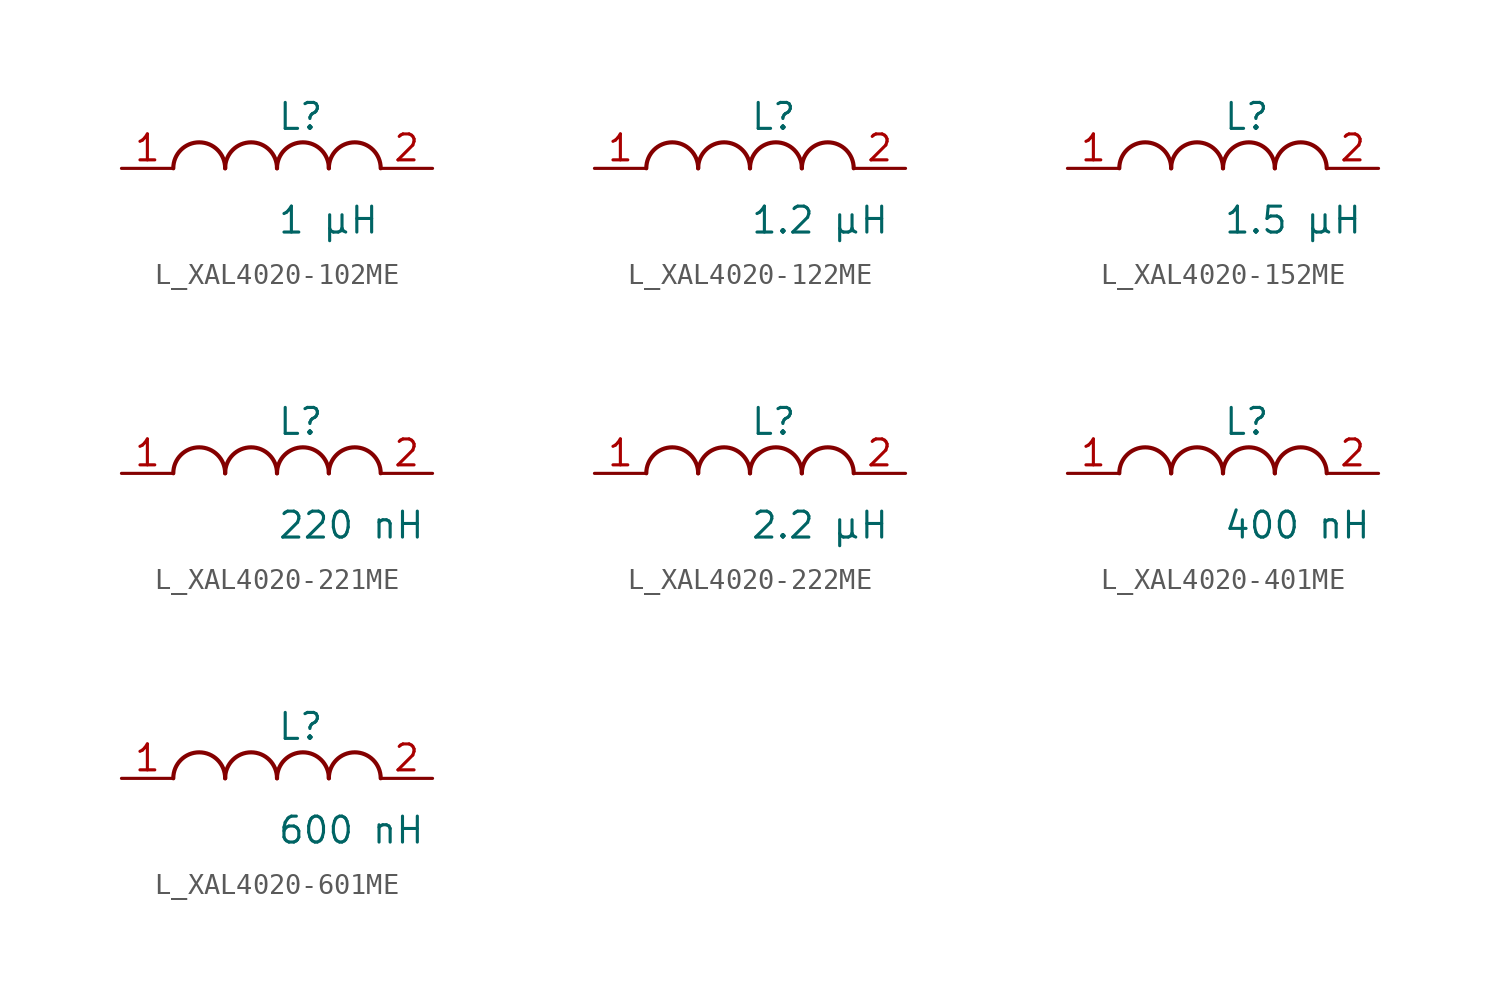
<source format=kicad_sym>
(kicad_symbol_lib
  (version 20231120)
  (generator kicad_symbol_editor)
  (generator_version 8.0)
  (symbol "L_XAL4020-102ME"
    (pin_names
      (offset 0.254))
    (property "Reference" "L"
      (at 0 2.54 0)
      (effects (font (size 1.27 1.27)) (justify left)))
    (property "Value" "1 µH"
      (at 0 -2.54 0)
      (effects (font (size 1.27 1.27)) (justify left)))
    (symbol "L_XAL4020-102ME_1_1"
      (arc (start -2.54 0.0056) (mid -3.81 1.27) (end -5.08 0.0056) (stroke (width 0.2032) (type default)) (fill (type none)))
      (arc (start 0 0.0056) (mid -1.27 1.27) (end -2.54 0.0056) (stroke (width 0.2032) (type default)) (fill (type none)))
      (arc (start 2.54 0.0056) (mid 1.27 1.27) (end 0 0.0056) (stroke (width 0.2032) (type default)) (fill (type none)))
      (arc (start 5.08 0.0056) (mid 3.81 1.27) (end 2.54 0.0056) (stroke (width 0.2032) (type default)) (fill (type none)))
      (pin unspecified line (at -7.62 0 0) (length 2.54) (name "" (effects (font (size 1.27 1.27)))) (number "1" (effects (font (size 1.27 1.27)))))
      (pin unspecified line (at 7.62 0 180) (length 2.54) (name "" (effects (font (size 1.27 1.27)))) (number "2" (effects (font (size 1.27 1.27)))))))
  (symbol "L_XAL4020-122ME"
    (pin_names
      (offset 0.254))
    (property "Reference" "L"
      (at 0 2.54 0)
      (effects (font (size 1.27 1.27)) (justify left)))
    (property "Value" "1.2 µH"
      (at 0 -2.54 0)
      (effects (font (size 1.27 1.27)) (justify left)))
    (symbol "L_XAL4020-122ME_1_1"
      (arc (start -2.54 0.0056) (mid -3.81 1.27) (end -5.08 0.0056) (stroke (width 0.2032) (type default)) (fill (type none)))
      (arc (start 0 0.0056) (mid -1.27 1.27) (end -2.54 0.0056) (stroke (width 0.2032) (type default)) (fill (type none)))
      (arc (start 2.54 0.0056) (mid 1.27 1.27) (end 0 0.0056) (stroke (width 0.2032) (type default)) (fill (type none)))
      (arc (start 5.08 0.0056) (mid 3.81 1.27) (end 2.54 0.0056) (stroke (width 0.2032) (type default)) (fill (type none)))
      (pin unspecified line (at -7.62 0 0) (length 2.54) (name "" (effects (font (size 1.27 1.27)))) (number "1" (effects (font (size 1.27 1.27)))))
      (pin unspecified line (at 7.62 0 180) (length 2.54) (name "" (effects (font (size 1.27 1.27)))) (number "2" (effects (font (size 1.27 1.27)))))))
  (symbol "L_XAL4020-152ME"
    (pin_names
      (offset 0.254))
    (property "Reference" "L"
      (at 0 2.54 0)
      (effects (font (size 1.27 1.27)) (justify left)))
    (property "Value" "1.5 µH"
      (at 0 -2.54 0)
      (effects (font (size 1.27 1.27)) (justify left)))
    (symbol "L_XAL4020-152ME_1_1"
      (arc (start -2.54 0.0056) (mid -3.81 1.27) (end -5.08 0.0056) (stroke (width 0.2032) (type default)) (fill (type none)))
      (arc (start 0 0.0056) (mid -1.27 1.27) (end -2.54 0.0056) (stroke (width 0.2032) (type default)) (fill (type none)))
      (arc (start 2.54 0.0056) (mid 1.27 1.27) (end 0 0.0056) (stroke (width 0.2032) (type default)) (fill (type none)))
      (arc (start 5.08 0.0056) (mid 3.81 1.27) (end 2.54 0.0056) (stroke (width 0.2032) (type default)) (fill (type none)))
      (pin unspecified line (at -7.62 0 0) (length 2.54) (name "" (effects (font (size 1.27 1.27)))) (number "1" (effects (font (size 1.27 1.27)))))
      (pin unspecified line (at 7.62 0 180) (length 2.54) (name "" (effects (font (size 1.27 1.27)))) (number "2" (effects (font (size 1.27 1.27)))))))
  (symbol "L_XAL4020-221ME"
    (pin_names
      (offset 0.254))
    (property "Reference" "L"
      (at 0 2.54 0)
      (effects (font (size 1.27 1.27)) (justify left)))
    (property "Value" "220 nH"
      (at 0 -2.54 0)
      (effects (font (size 1.27 1.27)) (justify left)))
    (symbol "L_XAL4020-221ME_1_1"
      (arc (start -2.54 0.0056) (mid -3.81 1.27) (end -5.08 0.0056) (stroke (width 0.2032) (type default)) (fill (type none)))
      (arc (start 0 0.0056) (mid -1.27 1.27) (end -2.54 0.0056) (stroke (width 0.2032) (type default)) (fill (type none)))
      (arc (start 2.54 0.0056) (mid 1.27 1.27) (end 0 0.0056) (stroke (width 0.2032) (type default)) (fill (type none)))
      (arc (start 5.08 0.0056) (mid 3.81 1.27) (end 2.54 0.0056) (stroke (width 0.2032) (type default)) (fill (type none)))
      (pin unspecified line (at -7.62 0 0) (length 2.54) (name "" (effects (font (size 1.27 1.27)))) (number "1" (effects (font (size 1.27 1.27)))))
      (pin unspecified line (at 7.62 0 180) (length 2.54) (name "" (effects (font (size 1.27 1.27)))) (number "2" (effects (font (size 1.27 1.27)))))))
  (symbol "L_XAL4020-222ME"
    (pin_names
      (offset 0.254))
    (property "Reference" "L"
      (at 0 2.54 0)
      (effects (font (size 1.27 1.27)) (justify left)))
    (property "Value" "2.2 µH"
      (at 0 -2.54 0)
      (effects (font (size 1.27 1.27)) (justify left)))
    (symbol "L_XAL4020-222ME_1_1"
      (arc (start -2.54 0.0056) (mid -3.81 1.27) (end -5.08 0.0056) (stroke (width 0.2032) (type default)) (fill (type none)))
      (arc (start 0 0.0056) (mid -1.27 1.27) (end -2.54 0.0056) (stroke (width 0.2032) (type default)) (fill (type none)))
      (arc (start 2.54 0.0056) (mid 1.27 1.27) (end 0 0.0056) (stroke (width 0.2032) (type default)) (fill (type none)))
      (arc (start 5.08 0.0056) (mid 3.81 1.27) (end 2.54 0.0056) (stroke (width 0.2032) (type default)) (fill (type none)))
      (pin unspecified line (at -7.62 0 0) (length 2.54) (name "" (effects (font (size 1.27 1.27)))) (number "1" (effects (font (size 1.27 1.27)))))
      (pin unspecified line (at 7.62 0 180) (length 2.54) (name "" (effects (font (size 1.27 1.27)))) (number "2" (effects (font (size 1.27 1.27)))))))
  (symbol "L_XAL4020-401ME"
    (pin_names
      (offset 0.254))
    (property "Reference" "L"
      (at 0 2.54 0)
      (effects (font (size 1.27 1.27)) (justify left)))
    (property "Value" "400 nH"
      (at 0 -2.54 0)
      (effects (font (size 1.27 1.27)) (justify left)))
    (symbol "L_XAL4020-401ME_1_1"
      (arc (start -2.54 0.0056) (mid -3.81 1.27) (end -5.08 0.0056) (stroke (width 0.2032) (type default)) (fill (type none)))
      (arc (start 0 0.0056) (mid -1.27 1.27) (end -2.54 0.0056) (stroke (width 0.2032) (type default)) (fill (type none)))
      (arc (start 2.54 0.0056) (mid 1.27 1.27) (end 0 0.0056) (stroke (width 0.2032) (type default)) (fill (type none)))
      (arc (start 5.08 0.0056) (mid 3.81 1.27) (end 2.54 0.0056) (stroke (width 0.2032) (type default)) (fill (type none)))
      (pin unspecified line (at -7.62 0 0) (length 2.54) (name "" (effects (font (size 1.27 1.27)))) (number "1" (effects (font (size 1.27 1.27)))))
      (pin unspecified line (at 7.62 0 180) (length 2.54) (name "" (effects (font (size 1.27 1.27)))) (number "2" (effects (font (size 1.27 1.27)))))))
  (symbol "L_XAL4020-601ME"
    (pin_names
      (offset 0.254))
    (property "Reference" "L"
      (at 0 2.54 0)
      (effects (font (size 1.27 1.27)) (justify left)))
    (property "Value" "600 nH"
      (at 0 -2.54 0)
      (effects (font (size 1.27 1.27)) (justify left)))
    (symbol "L_XAL4020-601ME_1_1"
      (arc (start -2.54 0.0056) (mid -3.81 1.27) (end -5.08 0.0056) (stroke (width 0.2032) (type default)) (fill (type none)))
      (arc (start 0 0.0056) (mid -1.27 1.27) (end -2.54 0.0056) (stroke (width 0.2032) (type default)) (fill (type none)))
      (arc (start 2.54 0.0056) (mid 1.27 1.27) (end 0 0.0056) (stroke (width 0.2032) (type default)) (fill (type none)))
      (arc (start 5.08 0.0056) (mid 3.81 1.27) (end 2.54 0.0056) (stroke (width 0.2032) (type default)) (fill (type none)))
      (pin unspecified line (at -7.62 0 0) (length 2.54) (name "" (effects (font (size 1.27 1.27)))) (number "1" (effects (font (size 1.27 1.27)))))
      (pin unspecified line (at 7.62 0 180) (length 2.54) (name "" (effects (font (size 1.27 1.27)))) (number "2" (effects (font (size 1.27 1.27))))))))
</source>
